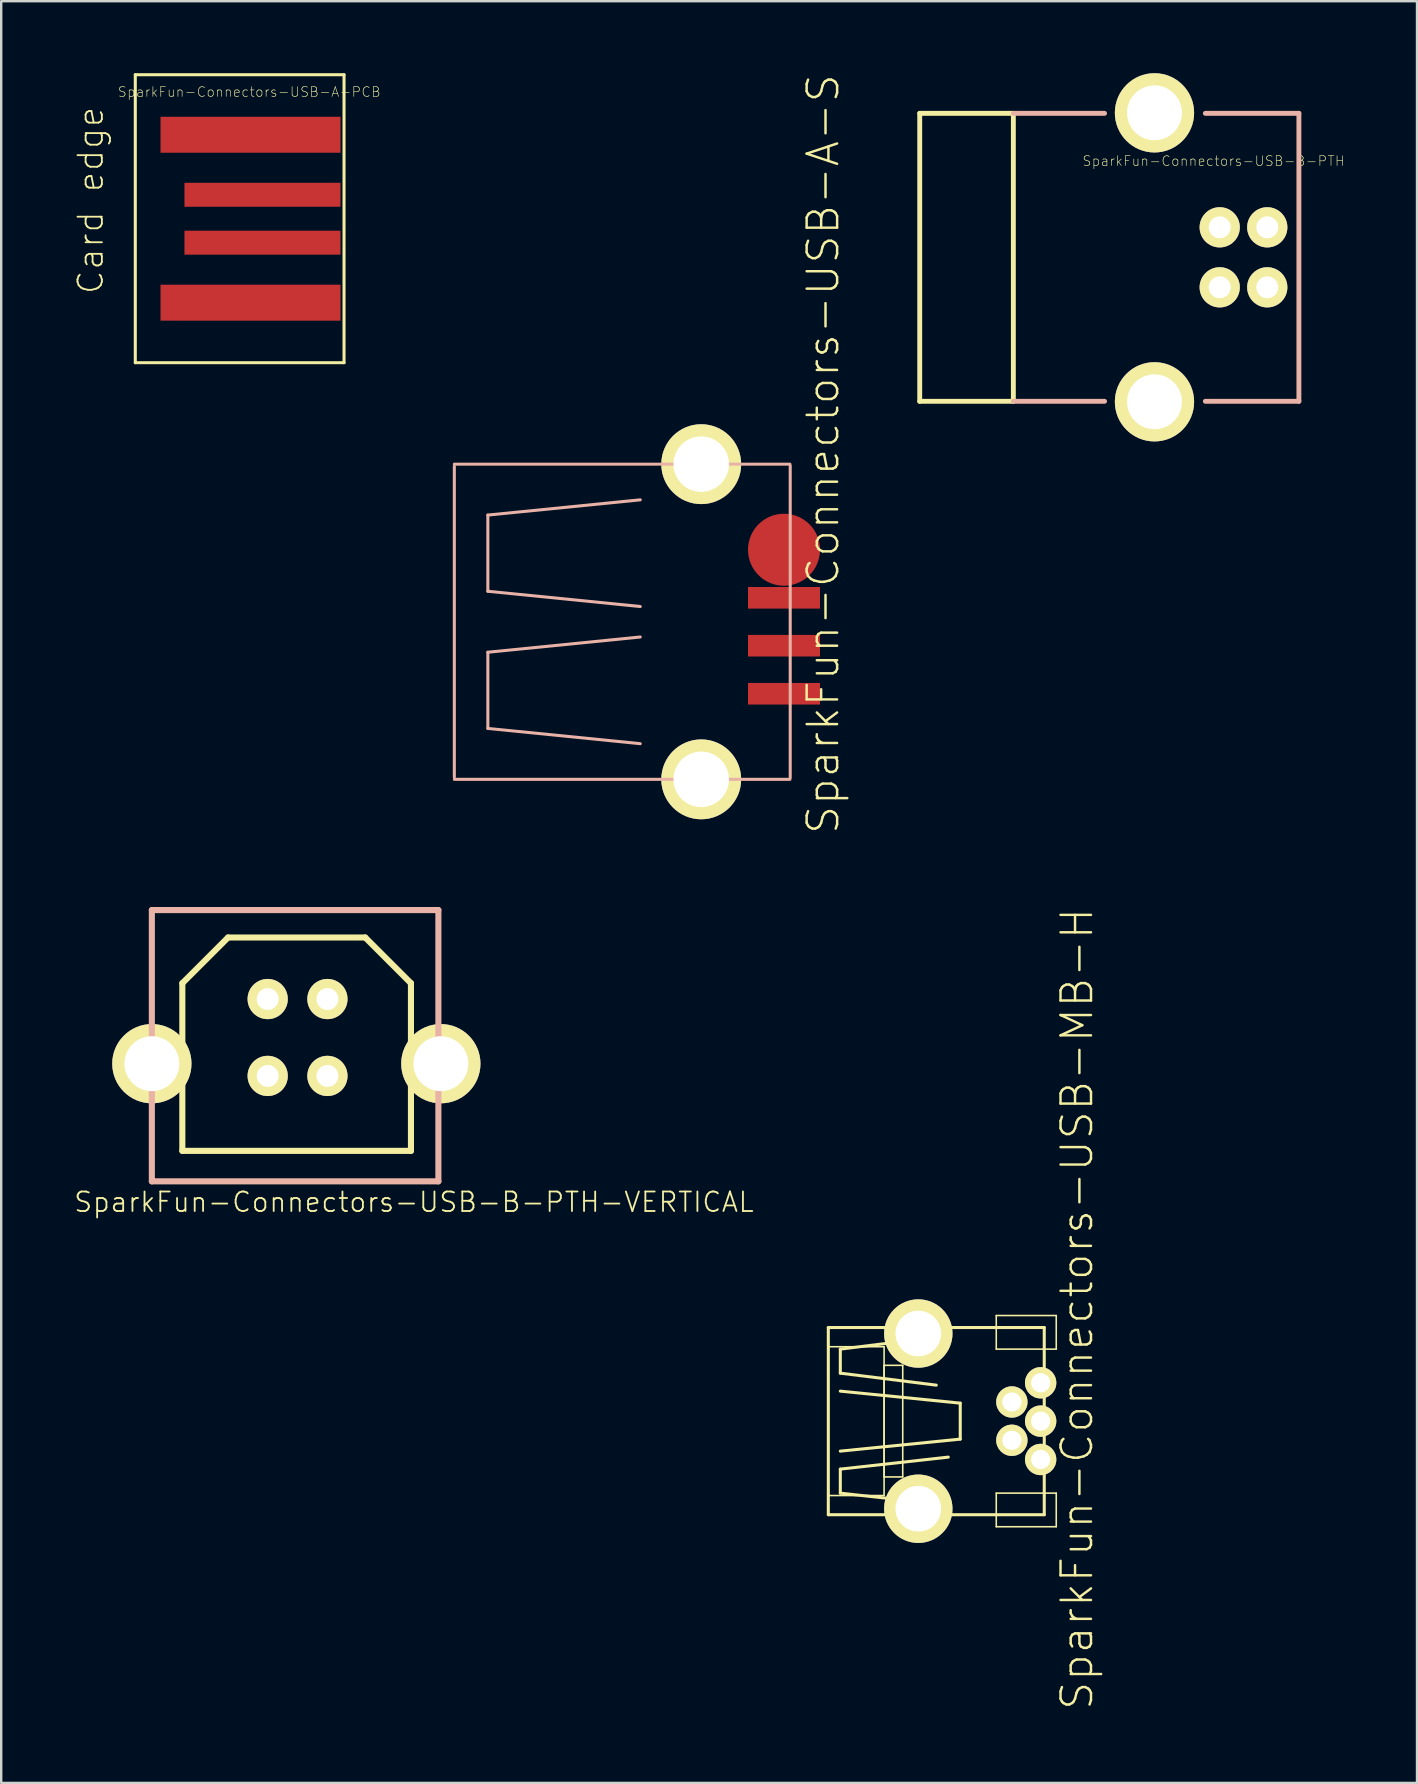
<source format=kicad_pcb>
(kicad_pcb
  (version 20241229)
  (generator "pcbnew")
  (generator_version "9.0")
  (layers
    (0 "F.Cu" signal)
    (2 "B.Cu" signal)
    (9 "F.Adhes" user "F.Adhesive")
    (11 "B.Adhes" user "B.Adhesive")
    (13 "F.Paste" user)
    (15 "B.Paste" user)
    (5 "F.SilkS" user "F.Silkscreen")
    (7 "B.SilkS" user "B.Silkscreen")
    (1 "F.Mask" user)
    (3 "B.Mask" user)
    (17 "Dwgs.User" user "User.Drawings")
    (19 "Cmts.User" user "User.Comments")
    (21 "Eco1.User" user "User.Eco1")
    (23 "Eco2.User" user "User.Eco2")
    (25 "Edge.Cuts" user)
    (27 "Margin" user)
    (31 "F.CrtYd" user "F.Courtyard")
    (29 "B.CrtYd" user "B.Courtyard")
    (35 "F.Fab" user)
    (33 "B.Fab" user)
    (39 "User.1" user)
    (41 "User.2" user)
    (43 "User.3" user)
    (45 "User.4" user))
  (footprint "SparkFun-Connectors-USB-MB-H"
    (layer "F.Cu")
    (at 35.21 56.161)
    (property "Reference" "SparkFun-Connectors-USB-MB-H" (at 6.614 -4.674 90) (layer "F.SilkS") (effects (font (size 1.27 1.27) (thickness 0.102))))
    (attr exclude_from_pos_files exclude_from_bom)
    (fp_line (start -3.749 -3.899) (end -3.749 3.899) (stroke (width 0.127) (type solid)) (layer "F.SilkS"))
    (fp_line (start -3.749 -3.899) (end 5.248 -3.899) (stroke (width 0.127) (type solid)) (layer "F.SilkS"))
    (fp_line (start -3.749 -3.099) (end -1.425 -3.099) (stroke (width 0.066) (type solid)) (layer "F.SilkS"))
    (fp_line (start -3.749 3.099) (end -3.749 -3.099) (stroke (width 0.066) (type solid)) (layer "F.SilkS"))
    (fp_line (start -3.749 3.099) (end -1.425 3.099) (stroke (width 0.066) (type solid)) (layer "F.SilkS"))
    (fp_line (start -3.749 3.899) (end 5.248 3.899) (stroke (width 0.127) (type solid)) (layer "F.SilkS"))
    (fp_line (start -3.249 -3) (end -3.249 -1.999) (stroke (width 0.127) (type solid)) (layer "F.SilkS"))
    (fp_line (start -3.249 -1.999) (end 0.749 -1.499) (stroke (width 0.127) (type solid)) (layer "F.SilkS"))
    (fp_line (start -3.249 -1.25) (end 1.748 -0.749) (stroke (width 0.127) (type solid)) (layer "F.SilkS"))
    (fp_line (start -3.249 1.999) (end 1.25 1.499) (stroke (width 0.127) (type solid)) (layer "F.SilkS"))
    (fp_line (start -3.249 3) (end -3.249 1.999) (stroke (width 0.127) (type solid)) (layer "F.SilkS"))
    (fp_line (start -1.425 -2.324) (end -0.648 -2.324) (stroke (width 0.066) (type solid)) (layer "F.SilkS"))
    (fp_line (start -1.425 2.324) (end -1.425 -2.324) (stroke (width 0.066) (type solid)) (layer "F.SilkS"))
    (fp_line (start -1.425 2.324) (end -0.648 2.324) (stroke (width 0.066) (type solid)) (layer "F.SilkS"))
    (fp_line (start -1.425 3.099) (end -1.425 -3.099) (stroke (width 0.066) (type solid)) (layer "F.SilkS"))
    (fp_line (start -0.648 2.324) (end -0.648 -2.324) (stroke (width 0.066) (type solid)) (layer "F.SilkS"))
    (fp_line (start 0.749 -3.498) (end -3.249 -3) (stroke (width 0.127) (type solid)) (layer "F.SilkS"))
    (fp_line (start 1.25 3.498) (end -3.249 3) (stroke (width 0.127) (type solid)) (layer "F.SilkS"))
    (fp_line (start 1.748 -0.749) (end 1.748 0.749) (stroke (width 0.127) (type solid)) (layer "F.SilkS"))
    (fp_line (start 1.748 0.749) (end -3.249 1.25) (stroke (width 0.127) (type solid)) (layer "F.SilkS"))
    (fp_line (start 3.249 -4.399) (end 5.748 -4.399) (stroke (width 0.066) (type solid)) (layer "F.SilkS"))
    (fp_line (start 3.249 -3) (end 3.249 -4.399) (stroke (width 0.066) (type solid)) (layer "F.SilkS"))
    (fp_line (start 3.249 -3) (end 5.748 -3) (stroke (width 0.066) (type solid)) (layer "F.SilkS"))
    (fp_line (start 3.249 3) (end 5.748 3) (stroke (width 0.066) (type solid)) (layer "F.SilkS"))
    (fp_line (start 3.249 4.399) (end 3.249 3) (stroke (width 0.066) (type solid)) (layer "F.SilkS"))
    (fp_line (start 3.249 4.399) (end 5.748 4.399) (stroke (width 0.066) (type solid)) (layer "F.SilkS"))
    (fp_line (start 5.248 -3.899) (end 5.248 3.899) (stroke (width 0.127) (type solid)) (layer "F.SilkS"))
    (fp_line (start 5.748 -3) (end 5.748 -4.399) (stroke (width 0.066) (type solid)) (layer "F.SilkS"))
    (fp_line (start 5.748 4.399) (end 5.748 3) (stroke (width 0.066) (type solid)) (layer "F.SilkS"))
    (pad "D+" thru_hole circle (at 5.098 0) (size 1.306 1.306) (drill 0.798) (layers "*.Cu" "F.Mask" "F.SilkS" "F.Paste"))
    (pad "D-" thru_hole circle (at 3.899 -0.798) (size 1.306 1.306) (drill 0.798) (layers "*.Cu" "F.Mask" "F.SilkS" "F.Paste"))
    (pad "GND" thru_hole circle (at 5.098 1.598) (size 1.306 1.306) (drill 0.798) (layers "*.Cu" "F.Mask" "F.SilkS" "F.Paste"))
    (pad "ID" thru_hole circle (at 3.899 0.798) (size 1.306 1.306) (drill 0.798) (layers "*.Cu" "F.Mask" "F.SilkS" "F.Paste"))
    (pad "P$6" thru_hole circle (at 0 3.65) (size 2.85 2.85) (drill 1.9) (layers "*.Cu" "F.Mask" "F.SilkS" "F.Paste"))
    (pad "P$7" thru_hole circle (at 0 -3.65) (size 2.85 2.85) (drill 1.9) (layers "*.Cu" "F.Mask" "F.SilkS" "F.Paste"))
    (pad "VBUS" thru_hole circle (at 5.098 -1.598) (size 1.306 1.306) (drill 0.798) (layers "*.Cu" "F.Mask" "F.SilkS" "F.Paste")))
  (footprint "SparkFun-Connectors-USB-B-PTH"
    (layer "F.Cu")
    (at 47.769 7.671)
    (property "Reference" "SparkFun-Connectors-USB-B-PTH" (at -0.254 -4.013 0) (layer "F.SilkS") (effects (font (size 0.406 0.406) (thickness 0.025))))
    (attr exclude_from_pos_files exclude_from_bom)
    (fp_line (start -12.499 -5.999) (end -8.598 -5.999) (stroke (width 0.203) (type solid)) (layer "F.SilkS"))
    (fp_line (start -12.499 5.999) (end -12.499 -5.999) (stroke (width 0.203) (type solid)) (layer "F.SilkS"))
    (fp_line (start -8.598 -5.999) (end -8.598 5.999) (stroke (width 0.203) (type solid)) (layer "F.SilkS"))
    (fp_line (start -8.598 5.999) (end -12.499 5.999) (stroke (width 0.203) (type solid)) (layer "F.SilkS"))
    (fp_line (start -8.598 -5.999) (end -4.798 -5.999) (stroke (width 0.203) (type solid)) (layer "B.SilkS"))
    (fp_line (start -8.598 5.999) (end -4.798 5.999) (stroke (width 0.203) (type solid)) (layer "B.SilkS"))
    (fp_line (start -0.599 5.999) (end 3.299 5.999) (stroke (width 0.203) (type solid)) (layer "B.SilkS"))
    (fp_line (start 3.299 -5.999) (end -0.599 -5.999) (stroke (width 0.203) (type solid)) (layer "B.SilkS"))
    (fp_line (start 3.299 5.999) (end 3.299 -5.999) (stroke (width 0.203) (type solid)) (layer "B.SilkS"))
    (pad "D+" thru_hole circle (at 0 -1.25) (size 1.676 1.676) (drill 0.914) (layers "*.Cu" "F.Mask" "F.SilkS" "F.Paste"))
    (pad "D-" thru_hole circle (at 1.981 -1.25) (size 1.676 1.676) (drill 0.914) (layers "*.Cu" "F.Mask" "F.SilkS" "F.Paste"))
    (pad "GND" thru_hole circle (at 0 1.25) (size 1.676 1.676) (drill 0.914) (layers "*.Cu" "F.Mask" "F.SilkS" "F.Paste"))
    (pad "S1" thru_hole circle (at -2.718 6.02) (size 3.302 3.302) (drill 2.286) (layers "*.Cu" "F.Mask" "F.SilkS" "F.Paste"))
    (pad "S2" thru_hole circle (at -2.718 -6.02) (size 3.302 3.302) (drill 2.286) (layers "*.Cu" "F.Mask" "F.SilkS" "F.Paste"))
    (pad "VBUS" thru_hole circle (at 1.981 1.25) (size 1.676 1.676) (drill 0.914) (layers "*.Cu" "F.Mask" "F.SilkS" "F.Paste")))
  (footprint "SparkFun-Connectors-USB-B-PTH-VERTICAL"
    (layer "F.Cu")
    (at 3.277 46.17)
    (property "Reference" "SparkFun-Connectors-USB-B-PTH-VERTICAL" (at 10.922 0.864 0) (layer "F.SilkS") (effects (font (size 0.813 0.813) (thickness 0.076))))
    (attr exclude_from_pos_files exclude_from_bom)
    (fp_line (start 1.27 -8.255) (end 1.27 -1.27) (stroke (width 0.254) (type solid)) (layer "F.SilkS"))
    (fp_line (start 1.27 -1.27) (end 10.795 -1.27) (stroke (width 0.254) (type solid)) (layer "F.SilkS"))
    (fp_line (start 3.175 -10.16) (end 1.27 -8.255) (stroke (width 0.254) (type solid)) (layer "F.SilkS"))
    (fp_line (start 8.89 -10.16) (end 3.175 -10.16) (stroke (width 0.254) (type solid)) (layer "F.SilkS"))
    (fp_line (start 10.795 -8.255) (end 8.89 -10.16) (stroke (width 0.254) (type solid)) (layer "F.SilkS"))
    (fp_line (start 10.795 -1.27) (end 10.795 -8.255) (stroke (width 0.254) (type solid)) (layer "F.SilkS"))
    (fp_line (start 0 -11.303) (end 0 0) (stroke (width 0.254) (type solid)) (layer "B.SilkS"))
    (fp_line (start 0 0) (end 11.938 0) (stroke (width 0.254) (type solid)) (layer "B.SilkS"))
    (fp_line (start 11.938 -11.303) (end 0 -11.303) (stroke (width 0.254) (type solid)) (layer "B.SilkS"))
    (fp_line (start 11.938 0) (end 11.938 -11.303) (stroke (width 0.254) (type solid)) (layer "B.SilkS"))
    (pad "D+" thru_hole circle (at 4.826 -4.392) (size 1.676 1.676) (drill 0.914) (layers "*.Cu" "F.Mask" "F.SilkS" "F.Paste"))
    (pad "D-" thru_hole circle (at 4.826 -7.595) (size 1.676 1.676) (drill 0.914) (layers "*.Cu" "F.Mask" "F.SilkS" "F.Paste"))
    (pad "GND" thru_hole circle (at 7.315 -4.392) (size 1.676 1.676) (drill 0.914) (layers "*.Cu" "F.Mask" "F.SilkS" "F.Paste"))
    (pad "P$1" thru_hole circle (at 0 -4.902) (size 3.302 3.302) (drill 2.286) (layers "*.Cu" "F.Mask" "F.SilkS" "F.Paste"))
    (pad "P$2" thru_hole circle (at 12.04 -4.902) (size 3.302 3.302) (drill 2.286) (layers "*.Cu" "F.Mask" "F.SilkS" "F.Paste"))
    (pad "VBUS" thru_hole circle (at 7.315 -7.595) (size 1.676 1.676) (drill 0.914) (layers "*.Cu" "F.Mask" "F.SilkS" "F.Paste")))
  (footprint "SparkFun-Connectors-USB-A-S"
    (layer "F.Cu")
    (at 26.166 22.855)
    (property "Reference" "SparkFun-Connectors-USB-A-S" (at 5.08 -6.985 90) (layer "F.SilkS") (effects (font (size 1.27 1.27) (thickness 0.102))))
    (attr smd)
    (fp_line (start -10.287 -6.477) (end -10.287 6.477) (stroke (width 0.127) (type solid)) (layer "B.SilkS"))
    (fp_line (start -8.89 -4.445) (end -8.89 -1.27) (stroke (width 0.127) (type solid)) (layer "B.SilkS"))
    (fp_line (start -8.89 -1.27) (end -2.54 -0.635) (stroke (width 0.127) (type solid)) (layer "B.SilkS"))
    (fp_line (start -8.89 1.27) (end -2.54 0.635) (stroke (width 0.127) (type solid)) (layer "B.SilkS"))
    (fp_line (start -8.89 4.445) (end -8.89 1.27) (stroke (width 0.127) (type solid)) (layer "B.SilkS"))
    (fp_line (start -2.54 -5.08) (end -8.89 -4.445) (stroke (width 0.127) (type solid)) (layer "B.SilkS"))
    (fp_line (start -2.54 5.08) (end -8.89 4.445) (stroke (width 0.127) (type solid)) (layer "B.SilkS"))
    (fp_line (start 3.696 -6.566) (end -10.287 -6.566) (stroke (width 0.127) (type solid)) (layer "B.SilkS"))
    (fp_line (start 3.696 6.566) (end -10.287 6.566) (stroke (width 0.127) (type solid)) (layer "B.SilkS"))
    (fp_line (start 3.708 -6.502) (end 3.708 6.502) (stroke (width 0.127) (type solid)) (layer "B.SilkS"))
    (pad "D+" smd rect (at 3.449 0.998) (size 3 0.899) (layers "F.Cu" "F.Mask" "F.Paste"))
    (pad "D-" smd rect (at 3.449 -0.998) (size 3 0.899) (layers "F.Cu" "F.Mask" "F.Paste"))
    (pad "GND" smd rect (at 3.449 3) (size 3 0.899) (layers "F.Cu" "F.Mask" "F.Paste"))
    (pad "P$5" thru_hole circle (at 0 6.566) (size 3.327 3.327) (drill 2.311) (layers "*.Cu" "F.Mask" "F.SilkS" "F.Paste"))
    (pad "P$6" thru_hole circle (at 0 -6.566) (size 3.327 3.327) (drill 2.311) (layers "*.Cu" "F.Mask" "F.SilkS" "F.Paste"))
    (pad "VBUS" smd circle (at 3.449 -3) (size 3 3) (layers "F.Cu" "F.Mask" "F.Paste")))
  (footprint "SparkFun-Connectors-USB-A-PCB"
    (layer "F.Cu")
    (at 7.586 6.063)
    (property "Reference" "SparkFun-Connectors-USB-A-PCB" (at -0.254 -5.283 0) (layer "F.SilkS") (effects (font (size 0.406 0.406) (thickness 0.025))))
    (attr smd)
    (fp_line (start -4.999 -5.999) (end 3.698 -5.999) (stroke (width 0.127) (type solid)) (layer "F.SilkS"))
    (fp_line (start -4.999 5.999) (end -4.999 -5.999) (stroke (width 0.127) (type solid)) (layer "F.SilkS"))
    (fp_line (start 3.698 -5.999) (end 3.698 5.999) (stroke (width 0.127) (type solid)) (layer "F.SilkS"))
    (fp_line (start 3.698 5.999) (end -4.999 5.999) (stroke (width 0.127) (type solid)) (layer "F.SilkS"))
    (fp_text user "Card edge" (at -6.858 -0.762 90) (layer "F.SilkS") (effects (font (size 1.016 1.016) (thickness 0.076))))
    (pad "5V" smd rect (at -0.198 3.498) (size 7.498 1.499) (layers "F.Cu" "F.Mask" "F.Paste"))
    (pad "GND" smd rect (at -0.198 -3.498) (size 7.498 1.499) (layers "F.Cu" "F.Mask" "F.Paste"))
    (pad "USB_" smd rect (at 0.3 -0.998) (size 6.5 0.998) (layers "F.Cu" "F.Mask" "F.Paste"))
    (pad "USB_" smd rect (at 0.3 0.998) (size 6.5 0.998) (layers "F.Cu" "F.Mask" "F.Paste")))
  (gr_rect
    (start -3 -3)
    (end 55.989 71.234)
    (stroke (width 0.1) (type default))
    (fill no)
    (layer "Edge.Cuts")))
</source>
